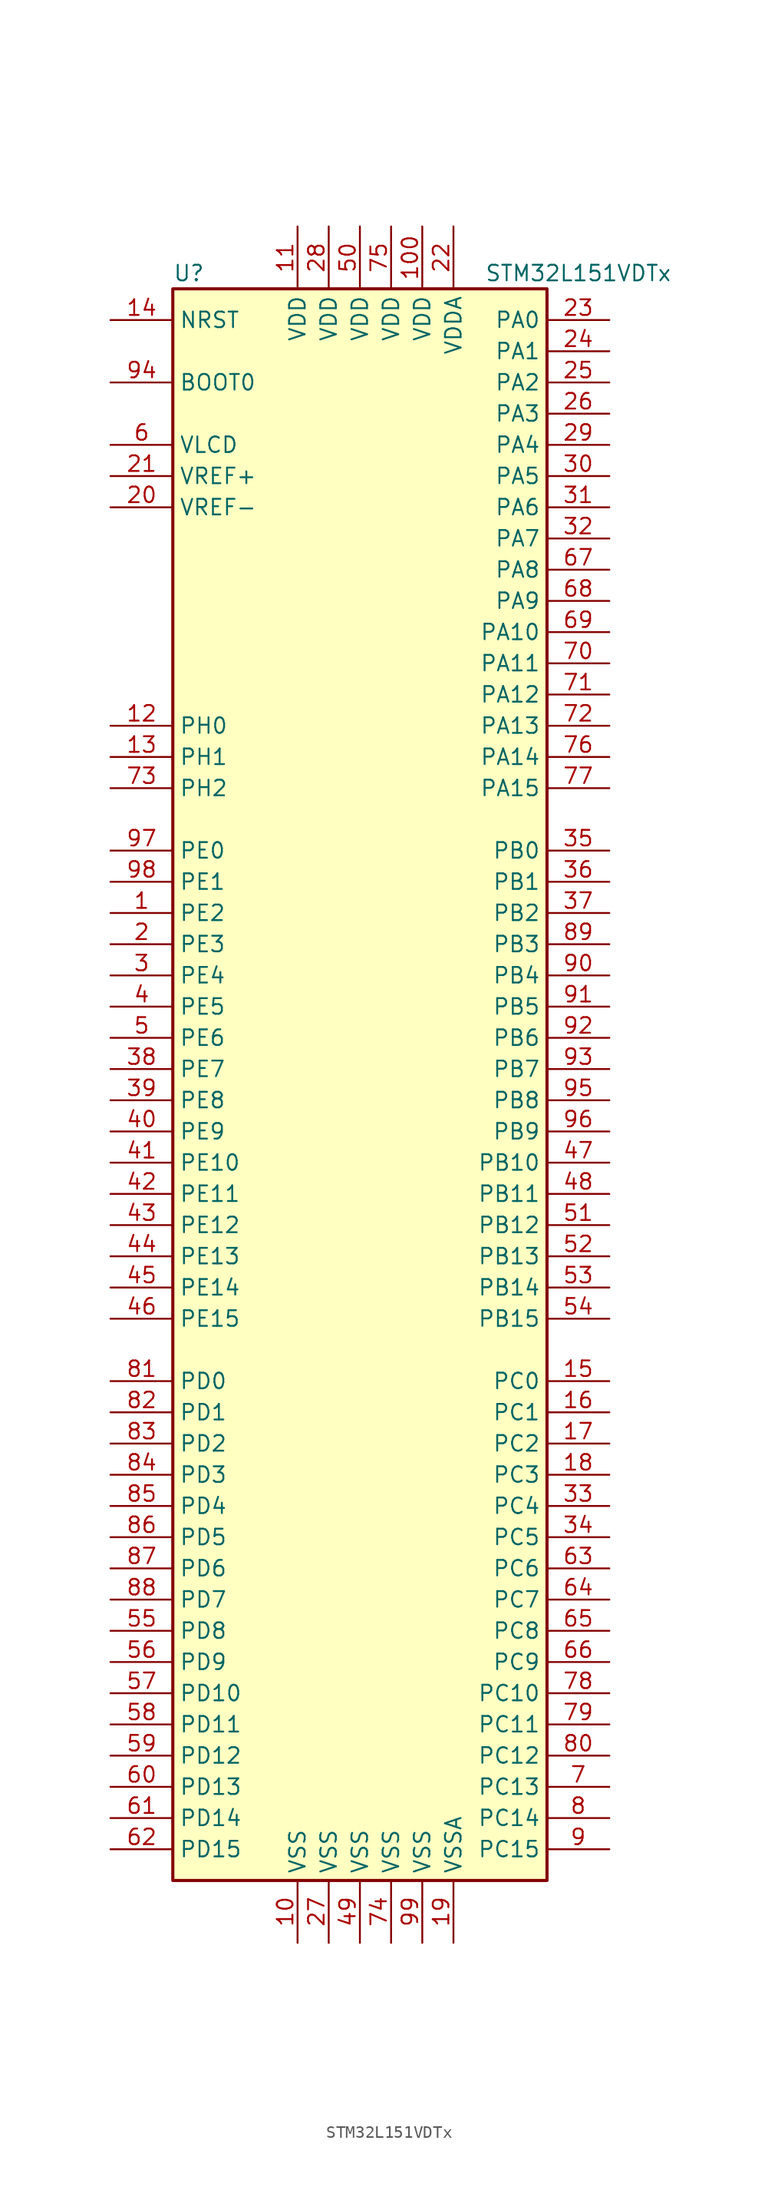
<source format=kicad_sym>
(kicad_symbol_lib
  (version 20201005)
  (generator kicad_symbol_editor)
  (symbol "STM32L151VDTx"
    (property "Reference" "U"
      (at -15.24 64.77 0)
      (effects (font (size 1.27 1.27)) (justify left)))
    (property "Value" "STM32L151VDTx"
      (at 10.16 64.77 0)
      (effects (font (size 1.27 1.27)) (justify left)))
    (symbol "STM32L151VDTx_0_1"
      (rectangle (start -15.24 -66.04) (end 15.24 63.5) (stroke (width 0.254)) (fill (type background))))
    (symbol "STM32L151VDTx_1_1"
      (pin input line (at -20.32 55.88 0) (length 5.08) (name "BOOT0" (effects (font (size 1.27 1.27)))) (number "94" (effects (font (size 1.27 1.27)))))
      (pin input line (at -20.32 60.96 0) (length 5.08) (name "NRST" (effects (font (size 1.27 1.27)))) (number "14" (effects (font (size 1.27 1.27)))))
      (pin bidirectional line (at 20.32 60.96 180) (length 5.08) (name "PA0" (effects (font (size 1.27 1.27)))) (number "23" (effects (font (size 1.27 1.27)))))
      (pin bidirectional line (at 20.32 58.42 180) (length 5.08) (name "PA1" (effects (font (size 1.27 1.27)))) (number "24" (effects (font (size 1.27 1.27)))))
      (pin bidirectional line (at 20.32 35.56 180) (length 5.08) (name "PA10" (effects (font (size 1.27 1.27)))) (number "69" (effects (font (size 1.27 1.27)))))
      (pin bidirectional line (at 20.32 33.02 180) (length 5.08) (name "PA11" (effects (font (size 1.27 1.27)))) (number "70" (effects (font (size 1.27 1.27)))))
      (pin bidirectional line (at 20.32 30.48 180) (length 5.08) (name "PA12" (effects (font (size 1.27 1.27)))) (number "71" (effects (font (size 1.27 1.27)))))
      (pin bidirectional line (at 20.32 27.94 180) (length 5.08) (name "PA13" (effects (font (size 1.27 1.27)))) (number "72" (effects (font (size 1.27 1.27)))))
      (pin bidirectional line (at 20.32 25.4 180) (length 5.08) (name "PA14" (effects (font (size 1.27 1.27)))) (number "76" (effects (font (size 1.27 1.27)))))
      (pin bidirectional line (at 20.32 22.86 180) (length 5.08) (name "PA15" (effects (font (size 1.27 1.27)))) (number "77" (effects (font (size 1.27 1.27)))))
      (pin bidirectional line (at 20.32 55.88 180) (length 5.08) (name "PA2" (effects (font (size 1.27 1.27)))) (number "25" (effects (font (size 1.27 1.27)))))
      (pin bidirectional line (at 20.32 53.34 180) (length 5.08) (name "PA3" (effects (font (size 1.27 1.27)))) (number "26" (effects (font (size 1.27 1.27)))))
      (pin bidirectional line (at 20.32 50.8 180) (length 5.08) (name "PA4" (effects (font (size 1.27 1.27)))) (number "29" (effects (font (size 1.27 1.27)))))
      (pin bidirectional line (at 20.32 48.26 180) (length 5.08) (name "PA5" (effects (font (size 1.27 1.27)))) (number "30" (effects (font (size 1.27 1.27)))))
      (pin bidirectional line (at 20.32 45.72 180) (length 5.08) (name "PA6" (effects (font (size 1.27 1.27)))) (number "31" (effects (font (size 1.27 1.27)))))
      (pin bidirectional line (at 20.32 43.18 180) (length 5.08) (name "PA7" (effects (font (size 1.27 1.27)))) (number "32" (effects (font (size 1.27 1.27)))))
      (pin bidirectional line (at 20.32 40.64 180) (length 5.08) (name "PA8" (effects (font (size 1.27 1.27)))) (number "67" (effects (font (size 1.27 1.27)))))
      (pin bidirectional line (at 20.32 38.1 180) (length 5.08) (name "PA9" (effects (font (size 1.27 1.27)))) (number "68" (effects (font (size 1.27 1.27)))))
      (pin bidirectional line (at 20.32 17.78 180) (length 5.08) (name "PB0" (effects (font (size 1.27 1.27)))) (number "35" (effects (font (size 1.27 1.27)))))
      (pin bidirectional line (at 20.32 15.24 180) (length 5.08) (name "PB1" (effects (font (size 1.27 1.27)))) (number "36" (effects (font (size 1.27 1.27)))))
      (pin bidirectional line (at 20.32 -7.62 180) (length 5.08) (name "PB10" (effects (font (size 1.27 1.27)))) (number "47" (effects (font (size 1.27 1.27)))))
      (pin bidirectional line (at 20.32 -10.16 180) (length 5.08) (name "PB11" (effects (font (size 1.27 1.27)))) (number "48" (effects (font (size 1.27 1.27)))))
      (pin bidirectional line (at 20.32 -12.7 180) (length 5.08) (name "PB12" (effects (font (size 1.27 1.27)))) (number "51" (effects (font (size 1.27 1.27)))))
      (pin bidirectional line (at 20.32 -15.24 180) (length 5.08) (name "PB13" (effects (font (size 1.27 1.27)))) (number "52" (effects (font (size 1.27 1.27)))))
      (pin bidirectional line (at 20.32 -17.78 180) (length 5.08) (name "PB14" (effects (font (size 1.27 1.27)))) (number "53" (effects (font (size 1.27 1.27)))))
      (pin bidirectional line (at 20.32 -20.32 180) (length 5.08) (name "PB15" (effects (font (size 1.27 1.27)))) (number "54" (effects (font (size 1.27 1.27)))))
      (pin bidirectional line (at 20.32 12.7 180) (length 5.08) (name "PB2" (effects (font (size 1.27 1.27)))) (number "37" (effects (font (size 1.27 1.27)))))
      (pin bidirectional line (at 20.32 10.16 180) (length 5.08) (name "PB3" (effects (font (size 1.27 1.27)))) (number "89" (effects (font (size 1.27 1.27)))))
      (pin bidirectional line (at 20.32 7.62 180) (length 5.08) (name "PB4" (effects (font (size 1.27 1.27)))) (number "90" (effects (font (size 1.27 1.27)))))
      (pin bidirectional line (at 20.32 5.08 180) (length 5.08) (name "PB5" (effects (font (size 1.27 1.27)))) (number "91" (effects (font (size 1.27 1.27)))))
      (pin bidirectional line (at 20.32 2.54 180) (length 5.08) (name "PB6" (effects (font (size 1.27 1.27)))) (number "92" (effects (font (size 1.27 1.27)))))
      (pin bidirectional line (at 20.32 0 180) (length 5.08) (name "PB7" (effects (font (size 1.27 1.27)))) (number "93" (effects (font (size 1.27 1.27)))))
      (pin bidirectional line (at 20.32 -2.54 180) (length 5.08) (name "PB8" (effects (font (size 1.27 1.27)))) (number "95" (effects (font (size 1.27 1.27)))))
      (pin bidirectional line (at 20.32 -5.08 180) (length 5.08) (name "PB9" (effects (font (size 1.27 1.27)))) (number "96" (effects (font (size 1.27 1.27)))))
      (pin bidirectional line (at 20.32 -25.4 180) (length 5.08) (name "PC0" (effects (font (size 1.27 1.27)))) (number "15" (effects (font (size 1.27 1.27)))))
      (pin bidirectional line (at 20.32 -27.94 180) (length 5.08) (name "PC1" (effects (font (size 1.27 1.27)))) (number "16" (effects (font (size 1.27 1.27)))))
      (pin bidirectional line (at 20.32 -50.8 180) (length 5.08) (name "PC10" (effects (font (size 1.27 1.27)))) (number "78" (effects (font (size 1.27 1.27)))))
      (pin bidirectional line (at 20.32 -53.34 180) (length 5.08) (name "PC11" (effects (font (size 1.27 1.27)))) (number "79" (effects (font (size 1.27 1.27)))))
      (pin bidirectional line (at 20.32 -55.88 180) (length 5.08) (name "PC12" (effects (font (size 1.27 1.27)))) (number "80" (effects (font (size 1.27 1.27)))))
      (pin bidirectional line (at 20.32 -58.42 180) (length 5.08) (name "PC13" (effects (font (size 1.27 1.27)))) (number "7" (effects (font (size 1.27 1.27)))))
      (pin bidirectional line (at 20.32 -60.96 180) (length 5.08) (name "PC14" (effects (font (size 1.27 1.27)))) (number "8" (effects (font (size 1.27 1.27)))))
      (pin bidirectional line (at 20.32 -63.5 180) (length 5.08) (name "PC15" (effects (font (size 1.27 1.27)))) (number "9" (effects (font (size 1.27 1.27)))))
      (pin bidirectional line (at 20.32 -30.48 180) (length 5.08) (name "PC2" (effects (font (size 1.27 1.27)))) (number "17" (effects (font (size 1.27 1.27)))))
      (pin bidirectional line (at 20.32 -33.02 180) (length 5.08) (name "PC3" (effects (font (size 1.27 1.27)))) (number "18" (effects (font (size 1.27 1.27)))))
      (pin bidirectional line (at 20.32 -35.56 180) (length 5.08) (name "PC4" (effects (font (size 1.27 1.27)))) (number "33" (effects (font (size 1.27 1.27)))))
      (pin bidirectional line (at 20.32 -38.1 180) (length 5.08) (name "PC5" (effects (font (size 1.27 1.27)))) (number "34" (effects (font (size 1.27 1.27)))))
      (pin bidirectional line (at 20.32 -40.64 180) (length 5.08) (name "PC6" (effects (font (size 1.27 1.27)))) (number "63" (effects (font (size 1.27 1.27)))))
      (pin bidirectional line (at 20.32 -43.18 180) (length 5.08) (name "PC7" (effects (font (size 1.27 1.27)))) (number "64" (effects (font (size 1.27 1.27)))))
      (pin bidirectional line (at 20.32 -45.72 180) (length 5.08) (name "PC8" (effects (font (size 1.27 1.27)))) (number "65" (effects (font (size 1.27 1.27)))))
      (pin bidirectional line (at 20.32 -48.26 180) (length 5.08) (name "PC9" (effects (font (size 1.27 1.27)))) (number "66" (effects (font (size 1.27 1.27)))))
      (pin bidirectional line (at -20.32 -25.4 0) (length 5.08) (name "PD0" (effects (font (size 1.27 1.27)))) (number "81" (effects (font (size 1.27 1.27)))))
      (pin bidirectional line (at -20.32 -27.94 0) (length 5.08) (name "PD1" (effects (font (size 1.27 1.27)))) (number "82" (effects (font (size 1.27 1.27)))))
      (pin bidirectional line (at -20.32 -50.8 0) (length 5.08) (name "PD10" (effects (font (size 1.27 1.27)))) (number "57" (effects (font (size 1.27 1.27)))))
      (pin bidirectional line (at -20.32 -53.34 0) (length 5.08) (name "PD11" (effects (font (size 1.27 1.27)))) (number "58" (effects (font (size 1.27 1.27)))))
      (pin bidirectional line (at -20.32 -55.88 0) (length 5.08) (name "PD12" (effects (font (size 1.27 1.27)))) (number "59" (effects (font (size 1.27 1.27)))))
      (pin bidirectional line (at -20.32 -58.42 0) (length 5.08) (name "PD13" (effects (font (size 1.27 1.27)))) (number "60" (effects (font (size 1.27 1.27)))))
      (pin bidirectional line (at -20.32 -60.96 0) (length 5.08) (name "PD14" (effects (font (size 1.27 1.27)))) (number "61" (effects (font (size 1.27 1.27)))))
      (pin bidirectional line (at -20.32 -63.5 0) (length 5.08) (name "PD15" (effects (font (size 1.27 1.27)))) (number "62" (effects (font (size 1.27 1.27)))))
      (pin bidirectional line (at -20.32 -30.48 0) (length 5.08) (name "PD2" (effects (font (size 1.27 1.27)))) (number "83" (effects (font (size 1.27 1.27)))))
      (pin bidirectional line (at -20.32 -33.02 0) (length 5.08) (name "PD3" (effects (font (size 1.27 1.27)))) (number "84" (effects (font (size 1.27 1.27)))))
      (pin bidirectional line (at -20.32 -35.56 0) (length 5.08) (name "PD4" (effects (font (size 1.27 1.27)))) (number "85" (effects (font (size 1.27 1.27)))))
      (pin bidirectional line (at -20.32 -38.1 0) (length 5.08) (name "PD5" (effects (font (size 1.27 1.27)))) (number "86" (effects (font (size 1.27 1.27)))))
      (pin bidirectional line (at -20.32 -40.64 0) (length 5.08) (name "PD6" (effects (font (size 1.27 1.27)))) (number "87" (effects (font (size 1.27 1.27)))))
      (pin bidirectional line (at -20.32 -43.18 0) (length 5.08) (name "PD7" (effects (font (size 1.27 1.27)))) (number "88" (effects (font (size 1.27 1.27)))))
      (pin bidirectional line (at -20.32 -45.72 0) (length 5.08) (name "PD8" (effects (font (size 1.27 1.27)))) (number "55" (effects (font (size 1.27 1.27)))))
      (pin bidirectional line (at -20.32 -48.26 0) (length 5.08) (name "PD9" (effects (font (size 1.27 1.27)))) (number "56" (effects (font (size 1.27 1.27)))))
      (pin bidirectional line (at -20.32 17.78 0) (length 5.08) (name "PE0" (effects (font (size 1.27 1.27)))) (number "97" (effects (font (size 1.27 1.27)))))
      (pin bidirectional line (at -20.32 15.24 0) (length 5.08) (name "PE1" (effects (font (size 1.27 1.27)))) (number "98" (effects (font (size 1.27 1.27)))))
      (pin bidirectional line (at -20.32 -7.62 0) (length 5.08) (name "PE10" (effects (font (size 1.27 1.27)))) (number "41" (effects (font (size 1.27 1.27)))))
      (pin bidirectional line (at -20.32 -10.16 0) (length 5.08) (name "PE11" (effects (font (size 1.27 1.27)))) (number "42" (effects (font (size 1.27 1.27)))))
      (pin bidirectional line (at -20.32 -12.7 0) (length 5.08) (name "PE12" (effects (font (size 1.27 1.27)))) (number "43" (effects (font (size 1.27 1.27)))))
      (pin bidirectional line (at -20.32 -15.24 0) (length 5.08) (name "PE13" (effects (font (size 1.27 1.27)))) (number "44" (effects (font (size 1.27 1.27)))))
      (pin bidirectional line (at -20.32 -17.78 0) (length 5.08) (name "PE14" (effects (font (size 1.27 1.27)))) (number "45" (effects (font (size 1.27 1.27)))))
      (pin bidirectional line (at -20.32 -20.32 0) (length 5.08) (name "PE15" (effects (font (size 1.27 1.27)))) (number "46" (effects (font (size 1.27 1.27)))))
      (pin bidirectional line (at -20.32 12.7 0) (length 5.08) (name "PE2" (effects (font (size 1.27 1.27)))) (number "1" (effects (font (size 1.27 1.27)))))
      (pin bidirectional line (at -20.32 10.16 0) (length 5.08) (name "PE3" (effects (font (size 1.27 1.27)))) (number "2" (effects (font (size 1.27 1.27)))))
      (pin bidirectional line (at -20.32 7.62 0) (length 5.08) (name "PE4" (effects (font (size 1.27 1.27)))) (number "3" (effects (font (size 1.27 1.27)))))
      (pin bidirectional line (at -20.32 5.08 0) (length 5.08) (name "PE5" (effects (font (size 1.27 1.27)))) (number "4" (effects (font (size 1.27 1.27)))))
      (pin bidirectional line (at -20.32 2.54 0) (length 5.08) (name "PE6" (effects (font (size 1.27 1.27)))) (number "5" (effects (font (size 1.27 1.27)))))
      (pin bidirectional line (at -20.32 0 0) (length 5.08) (name "PE7" (effects (font (size 1.27 1.27)))) (number "38" (effects (font (size 1.27 1.27)))))
      (pin bidirectional line (at -20.32 -2.54 0) (length 5.08) (name "PE8" (effects (font (size 1.27 1.27)))) (number "39" (effects (font (size 1.27 1.27)))))
      (pin bidirectional line (at -20.32 -5.08 0) (length 5.08) (name "PE9" (effects (font (size 1.27 1.27)))) (number "40" (effects (font (size 1.27 1.27)))))
      (pin input line (at -20.32 27.94 0) (length 5.08) (name "PH0" (effects (font (size 1.27 1.27)))) (number "12" (effects (font (size 1.27 1.27)))))
      (pin input line (at -20.32 25.4 0) (length 5.08) (name "PH1" (effects (font (size 1.27 1.27)))) (number "13" (effects (font (size 1.27 1.27)))))
      (pin bidirectional line (at -20.32 22.86 0) (length 5.08) (name "PH2" (effects (font (size 1.27 1.27)))) (number "73" (effects (font (size 1.27 1.27)))))
      (pin power_in line (at 5.08 68.58 270) (length 5.08) (name "VDD" (effects (font (size 1.27 1.27)))) (number "100" (effects (font (size 1.27 1.27)))))
      (pin power_in line (at -5.08 68.58 270) (length 5.08) (name "VDD" (effects (font (size 1.27 1.27)))) (number "11" (effects (font (size 1.27 1.27)))))
      (pin power_in line (at -2.54 68.58 270) (length 5.08) (name "VDD" (effects (font (size 1.27 1.27)))) (number "28" (effects (font (size 1.27 1.27)))))
      (pin power_in line (at 0 68.58 270) (length 5.08) (name "VDD" (effects (font (size 1.27 1.27)))) (number "50" (effects (font (size 1.27 1.27)))))
      (pin power_in line (at 2.54 68.58 270) (length 5.08) (name "VDD" (effects (font (size 1.27 1.27)))) (number "75" (effects (font (size 1.27 1.27)))))
      (pin power_in line (at 7.62 68.58 270) (length 5.08) (name "VDDA" (effects (font (size 1.27 1.27)))) (number "22" (effects (font (size 1.27 1.27)))))
      (pin power_in line (at -20.32 50.8 0) (length 5.08) (name "VLCD" (effects (font (size 1.27 1.27)))) (number "6" (effects (font (size 1.27 1.27)))))
      (pin power_in line (at -20.32 48.26 0) (length 5.08) (name "VREF+" (effects (font (size 1.27 1.27)))) (number "21" (effects (font (size 1.27 1.27)))))
      (pin power_in line (at -20.32 45.72 0) (length 5.08) (name "VREF-" (effects (font (size 1.27 1.27)))) (number "20" (effects (font (size 1.27 1.27)))))
      (pin power_in line (at -5.08 -71.12 90) (length 5.08) (name "VSS" (effects (font (size 1.27 1.27)))) (number "10" (effects (font (size 1.27 1.27)))))
      (pin power_in line (at -2.54 -71.12 90) (length 5.08) (name "VSS" (effects (font (size 1.27 1.27)))) (number "27" (effects (font (size 1.27 1.27)))))
      (pin power_in line (at 0 -71.12 90) (length 5.08) (name "VSS" (effects (font (size 1.27 1.27)))) (number "49" (effects (font (size 1.27 1.27)))))
      (pin power_in line (at 2.54 -71.12 90) (length 5.08) (name "VSS" (effects (font (size 1.27 1.27)))) (number "74" (effects (font (size 1.27 1.27)))))
      (pin power_in line (at 5.08 -71.12 90) (length 5.08) (name "VSS" (effects (font (size 1.27 1.27)))) (number "99" (effects (font (size 1.27 1.27)))))
      (pin power_in line (at 7.62 -71.12 90) (length 5.08) (name "VSSA" (effects (font (size 1.27 1.27)))) (number "19" (effects (font (size 1.27 1.27))))))))
</source>
